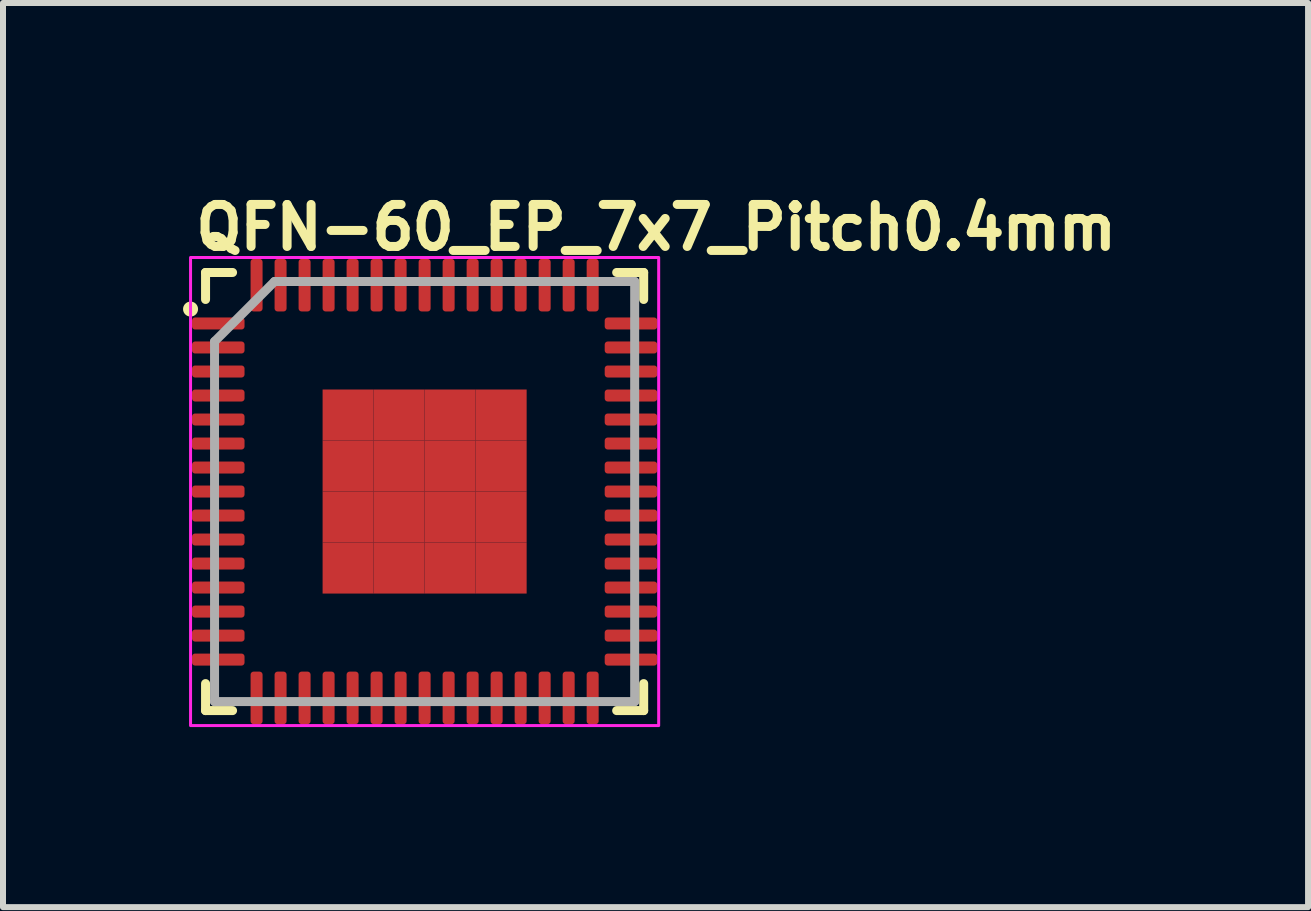
<source format=kicad_pcb>
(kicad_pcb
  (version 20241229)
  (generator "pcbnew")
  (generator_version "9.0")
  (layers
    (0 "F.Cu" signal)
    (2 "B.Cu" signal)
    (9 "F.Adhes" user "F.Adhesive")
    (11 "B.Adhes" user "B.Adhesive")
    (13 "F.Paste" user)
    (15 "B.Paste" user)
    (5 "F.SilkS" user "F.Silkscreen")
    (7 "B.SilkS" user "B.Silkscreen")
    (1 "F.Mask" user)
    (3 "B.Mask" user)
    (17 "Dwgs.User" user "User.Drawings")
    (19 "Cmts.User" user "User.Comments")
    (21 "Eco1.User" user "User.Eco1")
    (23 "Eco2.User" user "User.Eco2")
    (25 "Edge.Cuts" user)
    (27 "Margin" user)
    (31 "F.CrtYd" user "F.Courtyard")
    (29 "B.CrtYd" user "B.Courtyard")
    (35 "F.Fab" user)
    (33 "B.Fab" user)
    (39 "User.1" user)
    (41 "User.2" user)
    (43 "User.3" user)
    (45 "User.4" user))
  (footprint "QFN-60_EP_7x7_Pitch0.4mm"
    (layer "F.Cu")
    (at 4.025 5.14)
    (property "Reference" "QFN-60_EP_7x7_Pitch0.4mm" (at -3.89 -3.99 0) (layer "F.SilkS") (effects (font (size 0.7 0.7) (thickness 0.15)) (justify left bottom)))
    (attr smd)
    (fp_line (start -3.65 -3.65) (end -3.2 -3.65) (stroke (width 0.15) (type solid)) (layer "F.SilkS"))
    (fp_line (start -3.65 -3.2) (end -3.65 -3.65) (stroke (width 0.15) (type solid)) (layer "F.SilkS"))
    (fp_line (start -3.65 3.65) (end -3.65 3.2) (stroke (width 0.15) (type solid)) (layer "F.SilkS"))
    (fp_line (start -3.2 3.65) (end -3.65 3.65) (stroke (width 0.15) (type solid)) (layer "F.SilkS"))
    (fp_line (start 3.2 -3.65) (end 3.65 -3.65) (stroke (width 0.15) (type solid)) (layer "F.SilkS"))
    (fp_line (start 3.2 3.65) (end 3.65 3.65) (stroke (width 0.15) (type solid)) (layer "F.SilkS"))
    (fp_line (start 3.65 -3.65) (end 3.65 -3.2) (stroke (width 0.15) (type solid)) (layer "F.SilkS"))
    (fp_line (start 3.65 3.65) (end 3.65 3.2) (stroke (width 0.15) (type solid)) (layer "F.SilkS"))
    (fp_circle (center -3.9 -3.04) (end -3.85 -3.04) (stroke (width 0.15) (type solid)) (fill yes) (layer "F.SilkS"))
    (fp_rect (start -3.9 -3.9) (end 3.9 3.9) (stroke (width 0.05) (type solid)) (fill no) (layer "F.CrtYd"))
    (fp_line (start -3.5 -2.5) (end -3.5 3.5) (stroke (width 0.15) (type solid)) (layer "F.Fab"))
    (fp_line (start -3.5 3.5) (end 3.5 3.5) (stroke (width 0.15) (type solid)) (layer "F.Fab"))
    (fp_line (start -2.5 -3.5) (end -3.5 -2.5) (stroke (width 0.15) (type solid)) (layer "F.Fab"))
    (fp_line (start 3.5 -3.5) (end -2.5 -3.5) (stroke (width 0.15) (type solid)) (layer "F.Fab"))
    (fp_line (start 3.5 3.5) (end 3.5 -3.5) (stroke (width 0.15) (type solid)) (layer "F.Fab"))
    (fp_rect (start -3.5 -3.5) (end 3.5 3.5) (stroke (width 0.1) (type solid)) (fill no) (layer "User.5"))
    (fp_line (start -3.5 -2.9) (end -3.5 -2.7) (stroke (width 0.02) (type solid)) (layer "User.9"))
    (fp_line (start -3.5 -2.7) (end -3.49 -2.7) (stroke (width 0.02) (type solid)) (layer "User.9"))
    (fp_line (start -3.5 -2.5) (end -3.5 -2.3) (stroke (width 0.02) (type solid)) (layer "User.9"))
    (fp_line (start -3.5 -2.3) (end -3.49 -2.3) (stroke (width 0.02) (type solid)) (layer "User.9"))
    (fp_line (start -3.5 -2.1) (end -3.5 -1.9) (stroke (width 0.02) (type solid)) (layer "User.9"))
    (fp_line (start -3.5 -1.9) (end -3.49 -1.9) (stroke (width 0.02) (type solid)) (layer "User.9"))
    (fp_line (start -3.5 -1.7) (end -3.5 -1.5) (stroke (width 0.02) (type solid)) (layer "User.9"))
    (fp_line (start -3.5 -1.5) (end -3.49 -1.5) (stroke (width 0.02) (type solid)) (layer "User.9"))
    (fp_line (start -3.5 -1.3) (end -3.5 -1.1) (stroke (width 0.02) (type solid)) (layer "User.9"))
    (fp_line (start -3.5 -1.1) (end -3.49 -1.1) (stroke (width 0.02) (type solid)) (layer "User.9"))
    (fp_line (start -3.5 -0.9) (end -3.5 -0.7) (stroke (width 0.02) (type solid)) (layer "User.9"))
    (fp_line (start -3.5 -0.7) (end -3.49 -0.7) (stroke (width 0.02) (type solid)) (layer "User.9"))
    (fp_line (start -3.5 -0.5) (end -3.5 -0.3) (stroke (width 0.02) (type solid)) (layer "User.9"))
    (fp_line (start -3.5 -0.3) (end -3.49 -0.3) (stroke (width 0.02) (type solid)) (layer "User.9"))
    (fp_line (start -3.5 -0.1) (end -3.5 0.1) (stroke (width 0.02) (type solid)) (layer "User.9"))
    (fp_line (start -3.5 0.1) (end -3.49 0.1) (stroke (width 0.02) (type solid)) (layer "User.9"))
    (fp_line (start -3.5 0.3) (end -3.5 0.5) (stroke (width 0.02) (type solid)) (layer "User.9"))
    (fp_line (start -3.5 0.5) (end -3.49 0.5) (stroke (width 0.02) (type solid)) (layer "User.9"))
    (fp_line (start -3.5 0.7) (end -3.5 0.9) (stroke (width 0.02) (type solid)) (layer "User.9"))
    (fp_line (start -3.5 0.9) (end -3.49 0.9) (stroke (width 0.02) (type solid)) (layer "User.9"))
    (fp_line (start -3.5 1.1) (end -3.5 1.3) (stroke (width 0.02) (type solid)) (layer "User.9"))
    (fp_line (start -3.5 1.3) (end -3.49 1.3) (stroke (width 0.02) (type solid)) (layer "User.9"))
    (fp_line (start -3.5 1.5) (end -3.5 1.7) (stroke (width 0.02) (type solid)) (layer "User.9"))
    (fp_line (start -3.5 1.7) (end -3.49 1.7) (stroke (width 0.02) (type solid)) (layer "User.9"))
    (fp_line (start -3.5 1.9) (end -3.5 2.1) (stroke (width 0.02) (type solid)) (layer "User.9"))
    (fp_line (start -3.5 2.1) (end -3.49 2.1) (stroke (width 0.02) (type solid)) (layer "User.9"))
    (fp_line (start -3.5 2.3) (end -3.5 2.5) (stroke (width 0.02) (type solid)) (layer "User.9"))
    (fp_line (start -3.5 2.5) (end -3.49 2.5) (stroke (width 0.02) (type solid)) (layer "User.9"))
    (fp_line (start -3.5 2.7) (end -3.5 2.9) (stroke (width 0.02) (type solid)) (layer "User.9"))
    (fp_line (start -3.5 2.9) (end -3.49 2.9) (stroke (width 0.02) (type solid)) (layer "User.9"))
    (fp_line (start -3.49 -3.49) (end -3.49 3.49) (stroke (width 0.02) (type solid)) (layer "User.9"))
    (fp_line (start -3.49 -3.49) (end 3.49 -3.49) (stroke (width 0.02) (type solid)) (layer "User.9"))
    (fp_line (start -3.49 -2.9) (end -3.5 -2.9) (stroke (width 0.02) (type solid)) (layer "User.9"))
    (fp_line (start -3.49 -2.5) (end -3.5 -2.5) (stroke (width 0.02) (type solid)) (layer "User.9"))
    (fp_line (start -3.49 -2.1) (end -3.5 -2.1) (stroke (width 0.02) (type solid)) (layer "User.9"))
    (fp_line (start -3.49 -1.7) (end -3.5 -1.7) (stroke (width 0.02) (type solid)) (layer "User.9"))
    (fp_line (start -3.49 -1.3) (end -3.5 -1.3) (stroke (width 0.02) (type solid)) (layer "User.9"))
    (fp_line (start -3.49 -0.9) (end -3.5 -0.9) (stroke (width 0.02) (type solid)) (layer "User.9"))
    (fp_line (start -3.49 -0.5) (end -3.5 -0.5) (stroke (width 0.02) (type solid)) (layer "User.9"))
    (fp_line (start -3.49 -0.1) (end -3.5 -0.1) (stroke (width 0.02) (type solid)) (layer "User.9"))
    (fp_line (start -3.49 0.3) (end -3.5 0.3) (stroke (width 0.02) (type solid)) (layer "User.9"))
    (fp_line (start -3.49 0.7) (end -3.5 0.7) (stroke (width 0.02) (type solid)) (layer "User.9"))
    (fp_line (start -3.49 1.1) (end -3.5 1.1) (stroke (width 0.02) (type solid)) (layer "User.9"))
    (fp_line (start -3.49 1.5) (end -3.5 1.5) (stroke (width 0.02) (type solid)) (layer "User.9"))
    (fp_line (start -3.49 1.9) (end -3.5 1.9) (stroke (width 0.02) (type solid)) (layer "User.9"))
    (fp_line (start -3.49 2.3) (end -3.5 2.3) (stroke (width 0.02) (type solid)) (layer "User.9"))
    (fp_line (start -3.49 2.7) (end -3.5 2.7) (stroke (width 0.02) (type solid)) (layer "User.9"))
    (fp_line (start -3.49 3.49) (end 3.49 3.49) (stroke (width 0.02) (type solid)) (layer "User.9"))
    (fp_line (start -2.9 -3.5) (end -2.9 -3.49) (stroke (width 0.02) (type solid)) (layer "User.9"))
    (fp_line (start -2.9 3.49) (end -2.9 3.5) (stroke (width 0.02) (type solid)) (layer "User.9"))
    (fp_line (start -2.9 3.5) (end -2.7 3.5) (stroke (width 0.02) (type solid)) (layer "User.9"))
    (fp_line (start -2.8 -2.762) (end -2.794 -2.81) (stroke (width 0.02) (type solid)) (layer "User.9"))
    (fp_line (start -2.798 -2.714) (end -2.8 -2.762) (stroke (width 0.02) (type solid)) (layer "User.9"))
    (fp_line (start -2.794 -2.81) (end -2.781 -2.856) (stroke (width 0.02) (type solid)) (layer "User.9"))
    (fp_line (start -2.788 -2.667) (end -2.798 -2.714) (stroke (width 0.02) (type solid)) (layer "User.9"))
    (fp_line (start -2.781 -2.856) (end -2.76 -2.9) (stroke (width 0.02) (type solid)) (layer "User.9"))
    (fp_line (start -2.771 -2.621) (end -2.788 -2.667) (stroke (width 0.02) (type solid)) (layer "User.9"))
    (fp_line (start -2.76 -2.9) (end -2.732 -2.94) (stroke (width 0.02) (type solid)) (layer "User.9"))
    (fp_line (start -2.747 -2.58) (end -2.771 -2.621) (stroke (width 0.02) (type solid)) (layer "User.9"))
    (fp_line (start -2.732 -2.94) (end -2.699 -2.975) (stroke (width 0.02) (type solid)) (layer "User.9"))
    (fp_line (start -2.716 -2.542) (end -2.747 -2.58) (stroke (width 0.02) (type solid)) (layer "User.9"))
    (fp_line (start -2.7 -3.5) (end -2.9 -3.5) (stroke (width 0.02) (type solid)) (layer "User.9"))
    (fp_line (start -2.7 -3.49) (end -2.7 -3.5) (stroke (width 0.02) (type solid)) (layer "User.9"))
    (fp_line (start -2.7 3.5) (end -2.7 3.49) (stroke (width 0.02) (type solid)) (layer "User.9"))
    (fp_line (start -2.699 -2.975) (end -2.66 -3.004) (stroke (width 0.02) (type solid)) (layer "User.9"))
    (fp_line (start -2.68 -2.51) (end -2.716 -2.542) (stroke (width 0.02) (type solid)) (layer "User.9"))
    (fp_line (start -2.66 -3.004) (end -2.618 -3.026) (stroke (width 0.02) (type solid)) (layer "User.9"))
    (fp_line (start -2.639 -2.484) (end -2.68 -2.51) (stroke (width 0.02) (type solid)) (layer "User.9"))
    (fp_line (start -2.618 -3.026) (end -2.572 -3.041) (stroke (width 0.02) (type solid)) (layer "User.9"))
    (fp_line (start -2.595 -2.465) (end -2.639 -2.484) (stroke (width 0.02) (type solid)) (layer "User.9"))
    (fp_line (start -2.572 -3.041) (end -2.524 -3.049) (stroke (width 0.02) (type solid)) (layer "User.9"))
    (fp_line (start -2.548 -2.454) (end -2.595 -2.465) (stroke (width 0.02) (type solid)) (layer "User.9"))
    (fp_line (start -2.524 -3.049) (end -2.476 -3.049) (stroke (width 0.02) (type solid)) (layer "User.9"))
    (fp_line (start -2.5 -3.5) (end -2.5 -3.49) (stroke (width 0.02) (type solid)) (layer "User.9"))
    (fp_line (start -2.5 -2.45) (end -2.548 -2.454) (stroke (width 0.02) (type solid)) (layer "User.9"))
    (fp_line (start -2.5 3.49) (end -2.5 3.5) (stroke (width 0.02) (type solid)) (layer "User.9"))
    (fp_line (start -2.5 3.5) (end -2.3 3.5) (stroke (width 0.02) (type solid)) (layer "User.9"))
    (fp_line (start -2.476 -3.049) (end -2.428 -3.041) (stroke (width 0.02) (type solid)) (layer "User.9"))
    (fp_line (start -2.452 -2.454) (end -2.5 -2.45) (stroke (width 0.02) (type solid)) (layer "User.9"))
    (fp_line (start -2.428 -3.041) (end -2.382 -3.026) (stroke (width 0.02) (type solid)) (layer "User.9"))
    (fp_line (start -2.405 -2.465) (end -2.452 -2.454) (stroke (width 0.02) (type solid)) (layer "User.9"))
    (fp_line (start -2.382 -3.026) (end -2.34 -3.004) (stroke (width 0.02) (type solid)) (layer "User.9"))
    (fp_line (start -2.361 -2.484) (end -2.405 -2.465) (stroke (width 0.02) (type solid)) (layer "User.9"))
    (fp_line (start -2.34 -3.004) (end -2.301 -2.975) (stroke (width 0.02) (type solid)) (layer "User.9"))
    (fp_line (start -2.32 -2.51) (end -2.361 -2.484) (stroke (width 0.02) (type solid)) (layer "User.9"))
    (fp_line (start -2.301 -2.975) (end -2.268 -2.94) (stroke (width 0.02) (type solid)) (layer "User.9"))
    (fp_line (start -2.3 -3.5) (end -2.5 -3.5) (stroke (width 0.02) (type solid)) (layer "User.9"))
    (fp_line (start -2.3 -3.49) (end -2.3 -3.5) (stroke (width 0.02) (type solid)) (layer "User.9"))
    (fp_line (start -2.3 3.5) (end -2.3 3.49) (stroke (width 0.02) (type solid)) (layer "User.9"))
    (fp_line (start -2.284 -2.542) (end -2.32 -2.51) (stroke (width 0.02) (type solid)) (layer "User.9"))
    (fp_line (start -2.268 -2.94) (end -2.24 -2.9) (stroke (width 0.02) (type solid)) (layer "User.9"))
    (fp_line (start -2.253 -2.58) (end -2.284 -2.542) (stroke (width 0.02) (type solid)) (layer "User.9"))
    (fp_line (start -2.24 -2.9) (end -2.219 -2.856) (stroke (width 0.02) (type solid)) (layer "User.9"))
    (fp_line (start -2.229 -2.621) (end -2.253 -2.58) (stroke (width 0.02) (type solid)) (layer "User.9"))
    (fp_line (start -2.219 -2.856) (end -2.206 -2.81) (stroke (width 0.02) (type solid)) (layer "User.9"))
    (fp_line (start -2.212 -2.667) (end -2.229 -2.621) (stroke (width 0.02) (type solid)) (layer "User.9"))
    (fp_line (start -2.206 -2.81) (end -2.2 -2.762) (stroke (width 0.02) (type solid)) (layer "User.9"))
    (fp_line (start -2.202 -2.714) (end -2.212 -2.667) (stroke (width 0.02) (type solid)) (layer "User.9"))
    (fp_line (start -2.2 -2.762) (end -2.202 -2.714) (stroke (width 0.02) (type solid)) (layer "User.9"))
    (fp_line (start -2.1 -3.5) (end -2.1 -3.49) (stroke (width 0.02) (type solid)) (layer "User.9"))
    (fp_line (start -2.1 3.49) (end -2.1 3.5) (stroke (width 0.02) (type solid)) (layer "User.9"))
    (fp_line (start -2.1 3.5) (end -1.9 3.5) (stroke (width 0.02) (type solid)) (layer "User.9"))
    (fp_line (start -1.9 -3.5) (end -2.1 -3.5) (stroke (width 0.02) (type solid)) (layer "User.9"))
    (fp_line (start -1.9 -3.49) (end -1.9 -3.5) (stroke (width 0.02) (type solid)) (layer "User.9"))
    (fp_line (start -1.9 3.5) (end -1.9 3.49) (stroke (width 0.02) (type solid)) (layer "User.9"))
    (fp_line (start -1.7 -3.5) (end -1.7 -3.49) (stroke (width 0.02) (type solid)) (layer "User.9"))
    (fp_line (start -1.7 3.49) (end -1.7 3.5) (stroke (width 0.02) (type solid)) (layer "User.9"))
    (fp_line (start -1.7 3.5) (end -1.5 3.5) (stroke (width 0.02) (type solid)) (layer "User.9"))
    (fp_line (start -1.5 -3.5) (end -1.7 -3.5) (stroke (width 0.02) (type solid)) (layer "User.9"))
    (fp_line (start -1.5 -3.49) (end -1.5 -3.5) (stroke (width 0.02) (type solid)) (layer "User.9"))
    (fp_line (start -1.5 3.5) (end -1.5 3.49) (stroke (width 0.02) (type solid)) (layer "User.9"))
    (fp_line (start -1.3 -3.5) (end -1.3 -3.49) (stroke (width 0.02) (type solid)) (layer "User.9"))
    (fp_line (start -1.3 3.49) (end -1.3 3.5) (stroke (width 0.02) (type solid)) (layer "User.9"))
    (fp_line (start -1.3 3.5) (end -1.1 3.5) (stroke (width 0.02) (type solid)) (layer "User.9"))
    (fp_line (start -1.1 -3.5) (end -1.3 -3.5) (stroke (width 0.02) (type solid)) (layer "User.9"))
    (fp_line (start -1.1 -3.49) (end -1.1 -3.5) (stroke (width 0.02) (type solid)) (layer "User.9"))
    (fp_line (start -1.1 3.5) (end -1.1 3.49) (stroke (width 0.02) (type solid)) (layer "User.9"))
    (fp_line (start -0.9 -3.5) (end -0.9 -3.49) (stroke (width 0.02) (type solid)) (layer "User.9"))
    (fp_line (start -0.9 3.49) (end -0.9 3.5) (stroke (width 0.02) (type solid)) (layer "User.9"))
    (fp_line (start -0.9 3.5) (end -0.7 3.5) (stroke (width 0.02) (type solid)) (layer "User.9"))
    (fp_line (start -0.7 -3.5) (end -0.9 -3.5) (stroke (width 0.02) (type solid)) (layer "User.9"))
    (fp_line (start -0.7 -3.49) (end -0.7 -3.5) (stroke (width 0.02) (type solid)) (layer "User.9"))
    (fp_line (start -0.7 3.5) (end -0.7 3.49) (stroke (width 0.02) (type solid)) (layer "User.9"))
    (fp_line (start -0.5 -3.5) (end -0.5 -3.49) (stroke (width 0.02) (type solid)) (layer "User.9"))
    (fp_line (start -0.5 3.49) (end -0.5 3.5) (stroke (width 0.02) (type solid)) (layer "User.9"))
    (fp_line (start -0.5 3.5) (end -0.3 3.5) (stroke (width 0.02) (type solid)) (layer "User.9"))
    (fp_line (start -0.3 -3.5) (end -0.5 -3.5) (stroke (width 0.02) (type solid)) (layer "User.9"))
    (fp_line (start -0.3 -3.49) (end -0.3 -3.5) (stroke (width 0.02) (type solid)) (layer "User.9"))
    (fp_line (start -0.3 3.5) (end -0.3 3.49) (stroke (width 0.02) (type solid)) (layer "User.9"))
    (fp_line (start -0.1 -3.5) (end -0.1 -3.49) (stroke (width 0.02) (type solid)) (layer "User.9"))
    (fp_line (start -0.1 3.49) (end -0.1 3.5) (stroke (width 0.02) (type solid)) (layer "User.9"))
    (fp_line (start -0.1 3.5) (end 0.1 3.5) (stroke (width 0.02) (type solid)) (layer "User.9"))
    (fp_line (start 0.1 -3.5) (end -0.1 -3.5) (stroke (width 0.02) (type solid)) (layer "User.9"))
    (fp_line (start 0.1 -3.49) (end 0.1 -3.5) (stroke (width 0.02) (type solid)) (layer "User.9"))
    (fp_line (start 0.1 3.5) (end 0.1 3.49) (stroke (width 0.02) (type solid)) (layer "User.9"))
    (fp_line (start 0.3 -3.5) (end 0.3 -3.49) (stroke (width 0.02) (type solid)) (layer "User.9"))
    (fp_line (start 0.3 3.49) (end 0.3 3.5) (stroke (width 0.02) (type solid)) (layer "User.9"))
    (fp_line (start 0.3 3.5) (end 0.5 3.5) (stroke (width 0.02) (type solid)) (layer "User.9"))
    (fp_line (start 0.5 -3.5) (end 0.3 -3.5) (stroke (width 0.02) (type solid)) (layer "User.9"))
    (fp_line (start 0.5 -3.49) (end 0.5 -3.5) (stroke (width 0.02) (type solid)) (layer "User.9"))
    (fp_line (start 0.5 3.5) (end 0.5 3.49) (stroke (width 0.02) (type solid)) (layer "User.9"))
    (fp_line (start 0.7 -3.5) (end 0.7 -3.49) (stroke (width 0.02) (type solid)) (layer "User.9"))
    (fp_line (start 0.7 3.49) (end 0.7 3.5) (stroke (width 0.02) (type solid)) (layer "User.9"))
    (fp_line (start 0.7 3.5) (end 0.9 3.5) (stroke (width 0.02) (type solid)) (layer "User.9"))
    (fp_line (start 0.9 -3.5) (end 0.7 -3.5) (stroke (width 0.02) (type solid)) (layer "User.9"))
    (fp_line (start 0.9 -3.49) (end 0.9 -3.5) (stroke (width 0.02) (type solid)) (layer "User.9"))
    (fp_line (start 0.9 3.5) (end 0.9 3.49) (stroke (width 0.02) (type solid)) (layer "User.9"))
    (fp_line (start 1.1 -3.5) (end 1.1 -3.49) (stroke (width 0.02) (type solid)) (layer "User.9"))
    (fp_line (start 1.1 3.49) (end 1.1 3.5) (stroke (width 0.02) (type solid)) (layer "User.9"))
    (fp_line (start 1.1 3.5) (end 1.3 3.5) (stroke (width 0.02) (type solid)) (layer "User.9"))
    (fp_line (start 1.3 -3.5) (end 1.1 -3.5) (stroke (width 0.02) (type solid)) (layer "User.9"))
    (fp_line (start 1.3 -3.49) (end 1.3 -3.5) (stroke (width 0.02) (type solid)) (layer "User.9"))
    (fp_line (start 1.3 3.5) (end 1.3 3.49) (stroke (width 0.02) (type solid)) (layer "User.9"))
    (fp_line (start 1.5 -3.5) (end 1.5 -3.49) (stroke (width 0.02) (type solid)) (layer "User.9"))
    (fp_line (start 1.5 3.49) (end 1.5 3.5) (stroke (width 0.02) (type solid)) (layer "User.9"))
    (fp_line (start 1.5 3.5) (end 1.7 3.5) (stroke (width 0.02) (type solid)) (layer "User.9"))
    (fp_line (start 1.7 -3.5) (end 1.5 -3.5) (stroke (width 0.02) (type solid)) (layer "User.9"))
    (fp_line (start 1.7 -3.49) (end 1.7 -3.5) (stroke (width 0.02) (type solid)) (layer "User.9"))
    (fp_line (start 1.7 3.5) (end 1.7 3.49) (stroke (width 0.02) (type solid)) (layer "User.9"))
    (fp_line (start 1.9 -3.5) (end 1.9 -3.49) (stroke (width 0.02) (type solid)) (layer "User.9"))
    (fp_line (start 1.9 3.49) (end 1.9 3.5) (stroke (width 0.02) (type solid)) (layer "User.9"))
    (fp_line (start 1.9 3.5) (end 2.1 3.5) (stroke (width 0.02) (type solid)) (layer "User.9"))
    (fp_line (start 2.1 -3.5) (end 1.9 -3.5) (stroke (width 0.02) (type solid)) (layer "User.9"))
    (fp_line (start 2.1 -3.49) (end 2.1 -3.5) (stroke (width 0.02) (type solid)) (layer "User.9"))
    (fp_line (start 2.1 3.5) (end 2.1 3.49) (stroke (width 0.02) (type solid)) (layer "User.9"))
    (fp_line (start 2.3 -3.5) (end 2.3 -3.49) (stroke (width 0.02) (type solid)) (layer "User.9"))
    (fp_line (start 2.3 3.49) (end 2.3 3.5) (stroke (width 0.02) (type solid)) (layer "User.9"))
    (fp_line (start 2.3 3.5) (end 2.5 3.5) (stroke (width 0.02) (type solid)) (layer "User.9"))
    (fp_line (start 2.5 -3.5) (end 2.3 -3.5) (stroke (width 0.02) (type solid)) (layer "User.9"))
    (fp_line (start 2.5 -3.49) (end 2.5 -3.5) (stroke (width 0.02) (type solid)) (layer "User.9"))
    (fp_line (start 2.5 3.5) (end 2.5 3.49) (stroke (width 0.02) (type solid)) (layer "User.9"))
    (fp_line (start 2.7 -3.5) (end 2.7 -3.49) (stroke (width 0.02) (type solid)) (layer "User.9"))
    (fp_line (start 2.7 3.49) (end 2.7 3.5) (stroke (width 0.02) (type solid)) (layer "User.9"))
    (fp_line (start 2.7 3.5) (end 2.9 3.5) (stroke (width 0.02) (type solid)) (layer "User.9"))
    (fp_line (start 2.9 -3.5) (end 2.7 -3.5) (stroke (width 0.02) (type solid)) (layer "User.9"))
    (fp_line (start 2.9 -3.49) (end 2.9 -3.5) (stroke (width 0.02) (type solid)) (layer "User.9"))
    (fp_line (start 2.9 3.5) (end 2.9 3.49) (stroke (width 0.02) (type solid)) (layer "User.9"))
    (fp_line (start 3.49 -3.49) (end 3.49 3.49) (stroke (width 0.02) (type solid)) (layer "User.9"))
    (fp_line (start 3.49 -2.7) (end 3.5 -2.7) (stroke (width 0.02) (type solid)) (layer "User.9"))
    (fp_line (start 3.49 -2.3) (end 3.5 -2.3) (stroke (width 0.02) (type solid)) (layer "User.9"))
    (fp_line (start 3.49 -1.9) (end 3.5 -1.9) (stroke (width 0.02) (type solid)) (layer "User.9"))
    (fp_line (start 3.49 -1.5) (end 3.5 -1.5) (stroke (width 0.02) (type solid)) (layer "User.9"))
    (fp_line (start 3.49 -1.1) (end 3.5 -1.1) (stroke (width 0.02) (type solid)) (layer "User.9"))
    (fp_line (start 3.49 -0.7) (end 3.5 -0.7) (stroke (width 0.02) (type solid)) (layer "User.9"))
    (fp_line (start 3.49 -0.3) (end 3.5 -0.3) (stroke (width 0.02) (type solid)) (layer "User.9"))
    (fp_line (start 3.49 0.1) (end 3.5 0.1) (stroke (width 0.02) (type solid)) (layer "User.9"))
    (fp_line (start 3.49 0.5) (end 3.5 0.5) (stroke (width 0.02) (type solid)) (layer "User.9"))
    (fp_line (start 3.49 0.9) (end 3.5 0.9) (stroke (width 0.02) (type solid)) (layer "User.9"))
    (fp_line (start 3.49 1.3) (end 3.5 1.3) (stroke (width 0.02) (type solid)) (layer "User.9"))
    (fp_line (start 3.49 1.7) (end 3.5 1.7) (stroke (width 0.02) (type solid)) (layer "User.9"))
    (fp_line (start 3.49 2.1) (end 3.5 2.1) (stroke (width 0.02) (type solid)) (layer "User.9"))
    (fp_line (start 3.49 2.5) (end 3.5 2.5) (stroke (width 0.02) (type solid)) (layer "User.9"))
    (fp_line (start 3.49 2.9) (end 3.5 2.9) (stroke (width 0.02) (type solid)) (layer "User.9"))
    (fp_line (start 3.5 -2.9) (end 3.49 -2.9) (stroke (width 0.02) (type solid)) (layer "User.9"))
    (fp_line (start 3.5 -2.7) (end 3.5 -2.9) (stroke (width 0.02) (type solid)) (layer "User.9"))
    (fp_line (start 3.5 -2.5) (end 3.49 -2.5) (stroke (width 0.02) (type solid)) (layer "User.9"))
    (fp_line (start 3.5 -2.3) (end 3.5 -2.5) (stroke (width 0.02) (type solid)) (layer "User.9"))
    (fp_line (start 3.5 -2.1) (end 3.49 -2.1) (stroke (width 0.02) (type solid)) (layer "User.9"))
    (fp_line (start 3.5 -1.9) (end 3.5 -2.1) (stroke (width 0.02) (type solid)) (layer "User.9"))
    (fp_line (start 3.5 -1.7) (end 3.49 -1.7) (stroke (width 0.02) (type solid)) (layer "User.9"))
    (fp_line (start 3.5 -1.5) (end 3.5 -1.7) (stroke (width 0.02) (type solid)) (layer "User.9"))
    (fp_line (start 3.5 -1.3) (end 3.49 -1.3) (stroke (width 0.02) (type solid)) (layer "User.9"))
    (fp_line (start 3.5 -1.1) (end 3.5 -1.3) (stroke (width 0.02) (type solid)) (layer "User.9"))
    (fp_line (start 3.5 -0.9) (end 3.49 -0.9) (stroke (width 0.02) (type solid)) (layer "User.9"))
    (fp_line (start 3.5 -0.7) (end 3.5 -0.9) (stroke (width 0.02) (type solid)) (layer "User.9"))
    (fp_line (start 3.5 -0.5) (end 3.49 -0.5) (stroke (width 0.02) (type solid)) (layer "User.9"))
    (fp_line (start 3.5 -0.3) (end 3.5 -0.5) (stroke (width 0.02) (type solid)) (layer "User.9"))
    (fp_line (start 3.5 -0.1) (end 3.49 -0.1) (stroke (width 0.02) (type solid)) (layer "User.9"))
    (fp_line (start 3.5 0.1) (end 3.5 -0.1) (stroke (width 0.02) (type solid)) (layer "User.9"))
    (fp_line (start 3.5 0.3) (end 3.49 0.3) (stroke (width 0.02) (type solid)) (layer "User.9"))
    (fp_line (start 3.5 0.5) (end 3.5 0.3) (stroke (width 0.02) (type solid)) (layer "User.9"))
    (fp_line (start 3.5 0.7) (end 3.49 0.7) (stroke (width 0.02) (type solid)) (layer "User.9"))
    (fp_line (start 3.5 0.9) (end 3.5 0.7) (stroke (width 0.02) (type solid)) (layer "User.9"))
    (fp_line (start 3.5 1.1) (end 3.49 1.1) (stroke (width 0.02) (type solid)) (layer "User.9"))
    (fp_line (start 3.5 1.3) (end 3.5 1.1) (stroke (width 0.02) (type solid)) (layer "User.9"))
    (fp_line (start 3.5 1.5) (end 3.49 1.5) (stroke (width 0.02) (type solid)) (layer "User.9"))
    (fp_line (start 3.5 1.7) (end 3.5 1.5) (stroke (width 0.02) (type solid)) (layer "User.9"))
    (fp_line (start 3.5 1.9) (end 3.49 1.9) (stroke (width 0.02) (type solid)) (layer "User.9"))
    (fp_line (start 3.5 2.1) (end 3.5 1.9) (stroke (width 0.02) (type solid)) (layer "User.9"))
    (fp_line (start 3.5 2.3) (end 3.49 2.3) (stroke (width 0.02) (type solid)) (layer "User.9"))
    (fp_line (start 3.5 2.5) (end 3.5 2.3) (stroke (width 0.02) (type solid)) (layer "User.9"))
    (fp_line (start 3.5 2.7) (end 3.49 2.7) (stroke (width 0.02) (type solid)) (layer "User.9"))
    (fp_line (start 3.5 2.9) (end 3.5 2.7) (stroke (width 0.02) (type solid)) (layer "User.9"))
    (pad "1" smd roundrect (at -3.438 -2.8 90) (size 0.2 0.875) (layers "F.Cu" "F.Mask" "F.Paste") (roundrect_rratio 0.25))
    (pad "2" smd roundrect (at -3.438 -2.4 90) (size 0.2 0.875) (layers "F.Cu" "F.Mask" "F.Paste") (roundrect_rratio 0.25))
    (pad "3" smd roundrect (at -3.438 -2 90) (size 0.2 0.875) (layers "F.Cu" "F.Mask" "F.Paste") (roundrect_rratio 0.25))
    (pad "4" smd roundrect (at -3.438 -1.6 90) (size 0.2 0.875) (layers "F.Cu" "F.Mask" "F.Paste") (roundrect_rratio 0.25))
    (pad "5" smd roundrect (at -3.438 -1.2 90) (size 0.2 0.875) (layers "F.Cu" "F.Mask" "F.Paste") (roundrect_rratio 0.25))
    (pad "6" smd roundrect (at -3.438 -0.8 90) (size 0.2 0.875) (layers "F.Cu" "F.Mask" "F.Paste") (roundrect_rratio 0.25))
    (pad "7" smd roundrect (at -3.438 -0.4 90) (size 0.2 0.875) (layers "F.Cu" "F.Mask" "F.Paste") (roundrect_rratio 0.25))
    (pad "8" smd roundrect (at -3.438 0 90) (size 0.2 0.875) (layers "F.Cu" "F.Mask" "F.Paste") (roundrect_rratio 0.25))
    (pad "9" smd roundrect (at -3.438 0.4 90) (size 0.2 0.875) (layers "F.Cu" "F.Mask" "F.Paste") (roundrect_rratio 0.25))
    (pad "10" smd roundrect (at -3.438 0.8 90) (size 0.2 0.875) (layers "F.Cu" "F.Mask" "F.Paste") (roundrect_rratio 0.25))
    (pad "11" smd roundrect (at -3.438 1.2 90) (size 0.2 0.875) (layers "F.Cu" "F.Mask" "F.Paste") (roundrect_rratio 0.25))
    (pad "12" smd roundrect (at -3.438 1.6 90) (size 0.2 0.875) (layers "F.Cu" "F.Mask" "F.Paste") (roundrect_rratio 0.25))
    (pad "13" smd roundrect (at -3.438 2 90) (size 0.2 0.875) (layers "F.Cu" "F.Mask" "F.Paste") (roundrect_rratio 0.25))
    (pad "14" smd roundrect (at -3.438 2.4 90) (size 0.2 0.875) (layers "F.Cu" "F.Mask" "F.Paste") (roundrect_rratio 0.25))
    (pad "15" smd roundrect (at -3.438 2.8 90) (size 0.2 0.875) (layers "F.Cu" "F.Mask" "F.Paste") (roundrect_rratio 0.25))
    (pad "16" smd roundrect (at -2.8 3.438) (size 0.2 0.875) (layers "F.Cu" "F.Mask" "F.Paste") (roundrect_rratio 0.25))
    (pad "17" smd roundrect (at -2.4 3.438) (size 0.2 0.875) (layers "F.Cu" "F.Mask" "F.Paste") (roundrect_rratio 0.25))
    (pad "18" smd roundrect (at -2 3.438) (size 0.2 0.875) (layers "F.Cu" "F.Mask" "F.Paste") (roundrect_rratio 0.25))
    (pad "19" smd roundrect (at -1.6 3.438) (size 0.2 0.875) (layers "F.Cu" "F.Mask" "F.Paste") (roundrect_rratio 0.25))
    (pad "20" smd roundrect (at -1.2 3.438) (size 0.2 0.875) (layers "F.Cu" "F.Mask" "F.Paste") (roundrect_rratio 0.25))
    (pad "21" smd roundrect (at -0.8 3.438) (size 0.2 0.875) (layers "F.Cu" "F.Mask" "F.Paste") (roundrect_rratio 0.25))
    (pad "22" smd roundrect (at -0.4 3.438) (size 0.2 0.875) (layers "F.Cu" "F.Mask" "F.Paste") (roundrect_rratio 0.25))
    (pad "23" smd roundrect (at 0 3.438) (size 0.2 0.875) (layers "F.Cu" "F.Mask" "F.Paste") (roundrect_rratio 0.25))
    (pad "24" smd roundrect (at 0.4 3.438) (size 0.2 0.875) (layers "F.Cu" "F.Mask" "F.Paste") (roundrect_rratio 0.25))
    (pad "25" smd roundrect (at 0.8 3.438) (size 0.2 0.875) (layers "F.Cu" "F.Mask" "F.Paste") (roundrect_rratio 0.25))
    (pad "26" smd roundrect (at 1.2 3.438) (size 0.2 0.875) (layers "F.Cu" "F.Mask" "F.Paste") (roundrect_rratio 0.25))
    (pad "27" smd roundrect (at 1.6 3.438) (size 0.2 0.875) (layers "F.Cu" "F.Mask" "F.Paste") (roundrect_rratio 0.25))
    (pad "28" smd roundrect (at 2 3.438) (size 0.2 0.875) (layers "F.Cu" "F.Mask" "F.Paste") (roundrect_rratio 0.25))
    (pad "29" smd roundrect (at 2.4 3.438) (size 0.2 0.875) (layers "F.Cu" "F.Mask" "F.Paste") (roundrect_rratio 0.25))
    (pad "30" smd roundrect (at 2.8 3.438) (size 0.2 0.875) (layers "F.Cu" "F.Mask" "F.Paste") (roundrect_rratio 0.25))
    (pad "31" smd roundrect (at 3.438 2.8 90) (size 0.2 0.875) (layers "F.Cu" "F.Mask" "F.Paste") (roundrect_rratio 0.25))
    (pad "32" smd roundrect (at 3.438 2.4 90) (size 0.2 0.875) (layers "F.Cu" "F.Mask" "F.Paste") (roundrect_rratio 0.25))
    (pad "33" smd roundrect (at 3.438 2 90) (size 0.2 0.875) (layers "F.Cu" "F.Mask" "F.Paste") (roundrect_rratio 0.25))
    (pad "34" smd roundrect (at 3.438 1.6 90) (size 0.2 0.875) (layers "F.Cu" "F.Mask" "F.Paste") (roundrect_rratio 0.25))
    (pad "35" smd roundrect (at 3.438 1.2 90) (size 0.2 0.875) (layers "F.Cu" "F.Mask" "F.Paste") (roundrect_rratio 0.25))
    (pad "36" smd roundrect (at 3.438 0.8 90) (size 0.2 0.875) (layers "F.Cu" "F.Mask" "F.Paste") (roundrect_rratio 0.25))
    (pad "37" smd roundrect (at 3.438 0.4 90) (size 0.2 0.875) (layers "F.Cu" "F.Mask" "F.Paste") (roundrect_rratio 0.25))
    (pad "38" smd roundrect (at 3.438 0 90) (size 0.2 0.875) (layers "F.Cu" "F.Mask" "F.Paste") (roundrect_rratio 0.25))
    (pad "39" smd roundrect (at 3.438 -0.4 90) (size 0.2 0.875) (layers "F.Cu" "F.Mask" "F.Paste") (roundrect_rratio 0.25))
    (pad "40" smd roundrect (at 3.438 -0.8 90) (size 0.2 0.875) (layers "F.Cu" "F.Mask" "F.Paste") (roundrect_rratio 0.25))
    (pad "41" smd roundrect (at 3.438 -1.2 90) (size 0.2 0.875) (layers "F.Cu" "F.Mask" "F.Paste") (roundrect_rratio 0.25))
    (pad "42" smd roundrect (at 3.438 -1.6 90) (size 0.2 0.875) (layers "F.Cu" "F.Mask" "F.Paste") (roundrect_rratio 0.25))
    (pad "43" smd roundrect (at 3.438 -2 90) (size 0.2 0.875) (layers "F.Cu" "F.Mask" "F.Paste") (roundrect_rratio 0.25))
    (pad "44" smd roundrect (at 3.438 -2.4 90) (size 0.2 0.875) (layers "F.Cu" "F.Mask" "F.Paste") (roundrect_rratio 0.25))
    (pad "45" smd roundrect (at 3.438 -2.8 90) (size 0.2 0.875) (layers "F.Cu" "F.Mask" "F.Paste") (roundrect_rratio 0.25))
    (pad "46" smd roundrect (at 2.8 -3.438) (size 0.2 0.875) (layers "F.Cu" "F.Mask" "F.Paste") (roundrect_rratio 0.25))
    (pad "47" smd roundrect (at 2.4 -3.438) (size 0.2 0.875) (layers "F.Cu" "F.Mask" "F.Paste") (roundrect_rratio 0.25))
    (pad "48" smd roundrect (at 2 -3.438) (size 0.2 0.875) (layers "F.Cu" "F.Mask" "F.Paste") (roundrect_rratio 0.25))
    (pad "49" smd roundrect (at 1.6 -3.438) (size 0.2 0.875) (layers "F.Cu" "F.Mask" "F.Paste") (roundrect_rratio 0.25))
    (pad "50" smd roundrect (at 1.2 -3.438) (size 0.2 0.875) (layers "F.Cu" "F.Mask" "F.Paste") (roundrect_rratio 0.25))
    (pad "51" smd roundrect (at 0.8 -3.438) (size 0.2 0.875) (layers "F.Cu" "F.Mask" "F.Paste") (roundrect_rratio 0.25))
    (pad "52" smd roundrect (at 0.4 -3.438) (size 0.2 0.875) (layers "F.Cu" "F.Mask" "F.Paste") (roundrect_rratio 0.25))
    (pad "53" smd roundrect (at 0 -3.438) (size 0.2 0.875) (layers "F.Cu" "F.Mask" "F.Paste") (roundrect_rratio 0.25))
    (pad "54" smd roundrect (at -0.4 -3.438) (size 0.2 0.875) (layers "F.Cu" "F.Mask" "F.Paste") (roundrect_rratio 0.25))
    (pad "55" smd roundrect (at -0.8 -3.438) (size 0.2 0.875) (layers "F.Cu" "F.Mask" "F.Paste") (roundrect_rratio 0.25))
    (pad "56" smd roundrect (at -1.2 -3.438) (size 0.2 0.875) (layers "F.Cu" "F.Mask" "F.Paste") (roundrect_rratio 0.25))
    (pad "57" smd roundrect (at -1.6 -3.438) (size 0.2 0.875) (layers "F.Cu" "F.Mask" "F.Paste") (roundrect_rratio 0.25))
    (pad "58" smd roundrect (at -2 -3.438) (size 0.2 0.875) (layers "F.Cu" "F.Mask" "F.Paste") (roundrect_rratio 0.25))
    (pad "59" smd roundrect (at -2.4 -3.438) (size 0.2 0.875) (layers "F.Cu" "F.Mask" "F.Paste") (roundrect_rratio 0.25))
    (pad "60" smd roundrect (at -2.8 -3.438) (size 0.2 0.875) (layers "F.Cu" "F.Mask" "F.Paste") (roundrect_rratio 0.25))
    (pad "61" smd rect (at -1.275 -1.275) (size 0.85 0.85) (layers "F.Cu" "F.Mask" "F.Paste"))
    (pad "61" smd rect (at -1.275 -0.425) (size 0.85 0.85) (layers "F.Cu" "F.Mask" "F.Paste"))
    (pad "61" smd rect (at -1.275 0.425) (size 0.85 0.85) (layers "F.Cu" "F.Mask" "F.Paste"))
    (pad "61" smd rect (at -1.275 1.275) (size 0.85 0.85) (layers "F.Cu" "F.Mask" "F.Paste"))
    (pad "61" smd rect (at -0.425 -1.275) (size 0.85 0.85) (layers "F.Cu" "F.Mask" "F.Paste"))
    (pad "61" smd rect (at -0.425 -0.425) (size 0.85 0.85) (layers "F.Cu" "F.Mask" "F.Paste"))
    (pad "61" smd rect (at -0.425 0.425) (size 0.85 0.85) (layers "F.Cu" "F.Mask" "F.Paste"))
    (pad "61" smd rect (at -0.425 1.275) (size 0.85 0.85) (layers "F.Cu" "F.Mask" "F.Paste"))
    (pad "61" smd rect (at 0.425 -1.275) (size 0.85 0.85) (layers "F.Cu" "F.Mask" "F.Paste"))
    (pad "61" smd rect (at 0.425 -0.425) (size 0.85 0.85) (layers "F.Cu" "F.Mask" "F.Paste"))
    (pad "61" smd rect (at 0.425 0.425) (size 0.85 0.85) (layers "F.Cu" "F.Mask" "F.Paste"))
    (pad "61" smd rect (at 0.425 1.275) (size 0.85 0.85) (layers "F.Cu" "F.Mask" "F.Paste"))
    (pad "61" smd rect (at 1.275 -1.275) (size 0.85 0.85) (layers "F.Cu" "F.Mask" "F.Paste"))
    (pad "61" smd rect (at 1.275 -0.425) (size 0.85 0.85) (layers "F.Cu" "F.Mask" "F.Paste"))
    (pad "61" smd rect (at 1.275 0.425) (size 0.85 0.85) (layers "F.Cu" "F.Mask" "F.Paste"))
    (pad "61" smd rect (at 1.275 1.275) (size 0.85 0.85) (layers "F.Cu" "F.Mask" "F.Paste")))
  (gr_rect
    (start -3 -3)
    (end 18.745 12.065)
    (stroke (width 0.1) (type default))
    (fill no)
    (layer "Edge.Cuts")))
</source>
